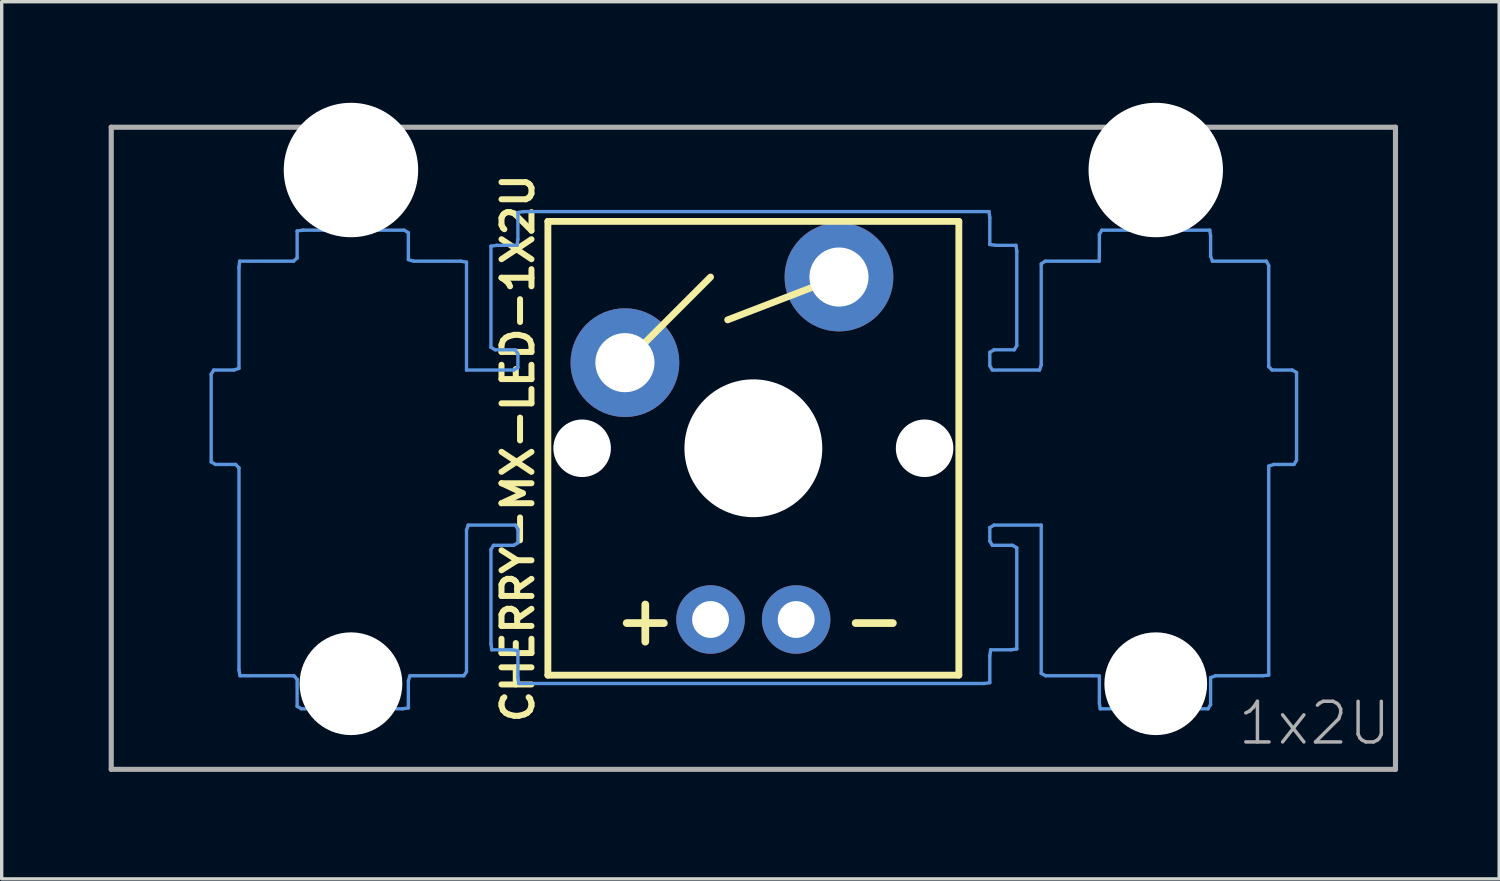
<source format=kicad_pcb>
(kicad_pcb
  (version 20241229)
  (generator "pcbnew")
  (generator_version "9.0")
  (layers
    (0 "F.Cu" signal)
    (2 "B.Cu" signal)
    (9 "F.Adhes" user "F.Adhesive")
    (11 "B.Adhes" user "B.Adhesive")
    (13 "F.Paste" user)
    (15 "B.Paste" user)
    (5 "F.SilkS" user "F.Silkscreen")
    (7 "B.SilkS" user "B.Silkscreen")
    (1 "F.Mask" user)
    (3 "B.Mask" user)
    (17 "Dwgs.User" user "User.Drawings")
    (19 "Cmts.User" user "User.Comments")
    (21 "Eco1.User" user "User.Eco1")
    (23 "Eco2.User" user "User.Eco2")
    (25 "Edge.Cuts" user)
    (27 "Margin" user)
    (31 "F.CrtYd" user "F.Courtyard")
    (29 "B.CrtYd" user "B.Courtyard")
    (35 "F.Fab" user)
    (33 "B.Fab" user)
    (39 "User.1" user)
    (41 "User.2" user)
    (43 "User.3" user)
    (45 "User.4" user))
  (footprint "CHERRY-MX-LED-1X2U"
    (layer "F.Cu")
    (at 0.25 19.774)
    (property "Reference" "CHERRY-MX-LED-1X2U" (at 12.065 -9.525 90) (layer "F.SilkS") (effects (font (size 0.889 0.889) (thickness 0.178))))
    (attr through_hole)
    (fp_line (start 12.954 -16.256) (end 25.146 -16.256) (stroke (width 0.203) (type solid)) (layer "F.SilkS"))
    (fp_line (start 12.954 -2.794) (end 12.954 -16.256) (stroke (width 0.203) (type solid)) (layer "F.SilkS"))
    (fp_line (start 15.24 -12.065) (end 17.78 -14.605) (stroke (width 0.203) (type solid)) (layer "F.SilkS"))
    (fp_line (start 21.59 -14.605) (end 18.288 -13.335) (stroke (width 0.203) (type solid)) (layer "F.SilkS"))
    (fp_line (start 25.146 -16.256) (end 25.146 -2.794) (stroke (width 0.203) (type solid)) (layer "F.SilkS"))
    (fp_line (start 25.146 -2.794) (end 12.954 -2.794) (stroke (width 0.203) (type solid)) (layer "F.SilkS"))
    (fp_line (start 2.965 -11.721) (end 2.965 -9.121) (stroke (width 0.1) (type solid)) (layer "Cmts.User"))
    (fp_line (start 2.965 -9.121) (end 3.09 -9.046) (stroke (width 0.1) (type solid)) (layer "Cmts.User"))
    (fp_line (start 3.04 -11.846) (end 2.965 -11.721) (stroke (width 0.1) (type solid)) (layer "Cmts.User"))
    (fp_line (start 3.09 -9.046) (end 3.69 -9.046) (stroke (width 0.1) (type solid)) (layer "Cmts.User"))
    (fp_line (start 3.64 -11.846) (end 3.04 -11.846) (stroke (width 0.1) (type solid)) (layer "Cmts.User"))
    (fp_line (start 3.69 -9.046) (end 3.79 -8.946) (stroke (width 0.1) (type solid)) (layer "Cmts.User"))
    (fp_line (start 3.79 -14.896) (end 3.79 -11.896) (stroke (width 0.1) (type solid)) (layer "Cmts.User"))
    (fp_line (start 3.79 -11.896) (end 3.64 -11.846) (stroke (width 0.1) (type solid)) (layer "Cmts.User"))
    (fp_line (start 3.79 -8.946) (end 3.79 -2.946) (stroke (width 0.1) (type solid)) (layer "Cmts.User"))
    (fp_line (start 3.79 -2.946) (end 3.82 -2.776) (stroke (width 0.1) (type solid)) (layer "Cmts.User"))
    (fp_line (start 3.81 -15.076) (end 3.79 -14.896) (stroke (width 0.1) (type solid)) (layer "Cmts.User"))
    (fp_line (start 3.82 -2.776) (end 5.42 -2.776) (stroke (width 0.1) (type solid)) (layer "Cmts.User"))
    (fp_line (start 5.41 -15.076) (end 3.81 -15.076) (stroke (width 0.1) (type solid)) (layer "Cmts.User"))
    (fp_line (start 5.42 -2.776) (end 5.515 -2.671) (stroke (width 0.1) (type solid)) (layer "Cmts.User"))
    (fp_line (start 5.515 -15.971) (end 5.515 -15.171) (stroke (width 0.1) (type solid)) (layer "Cmts.User"))
    (fp_line (start 5.515 -15.171) (end 5.41 -15.076) (stroke (width 0.1) (type solid)) (layer "Cmts.User"))
    (fp_line (start 5.515 -2.671) (end 5.515 -1.871) (stroke (width 0.1) (type solid)) (layer "Cmts.User"))
    (fp_line (start 5.515 -1.871) (end 5.64 -1.796) (stroke (width 0.1) (type solid)) (layer "Cmts.User"))
    (fp_line (start 5.64 -1.796) (end 8.64 -1.796) (stroke (width 0.1) (type solid)) (layer "Cmts.User"))
    (fp_line (start 5.69 -15.996) (end 5.515 -15.971) (stroke (width 0.1) (type solid)) (layer "Cmts.User"))
    (fp_line (start 8.64 -1.796) (end 8.815 -1.821) (stroke (width 0.1) (type solid)) (layer "Cmts.User"))
    (fp_line (start 8.69 -15.996) (end 5.69 -15.996) (stroke (width 0.1) (type solid)) (layer "Cmts.User"))
    (fp_line (start 8.815 -15.921) (end 8.69 -15.996) (stroke (width 0.1) (type solid)) (layer "Cmts.User"))
    (fp_line (start 8.815 -15.121) (end 8.815 -15.921) (stroke (width 0.1) (type solid)) (layer "Cmts.User"))
    (fp_line (start 8.815 -2.621) (end 8.86 -2.776) (stroke (width 0.1) (type solid)) (layer "Cmts.User"))
    (fp_line (start 8.815 -1.821) (end 8.815 -2.621) (stroke (width 0.1) (type solid)) (layer "Cmts.User"))
    (fp_line (start 8.86 -2.776) (end 10.46 -2.776) (stroke (width 0.1) (type solid)) (layer "Cmts.User"))
    (fp_line (start 8.97 -15.076) (end 8.815 -15.121) (stroke (width 0.1) (type solid)) (layer "Cmts.User"))
    (fp_line (start 10.37 -15.076) (end 8.97 -15.076) (stroke (width 0.1) (type solid)) (layer "Cmts.User"))
    (fp_line (start 10.46 -2.776) (end 10.54 -2.896) (stroke (width 0.1) (type solid)) (layer "Cmts.User"))
    (fp_line (start 10.54 -15.046) (end 10.37 -15.076) (stroke (width 0.1) (type solid)) (layer "Cmts.User"))
    (fp_line (start 10.54 -11.846) (end 10.54 -15.046) (stroke (width 0.1) (type solid)) (layer "Cmts.User"))
    (fp_line (start 10.54 -7.096) (end 10.59 -7.246) (stroke (width 0.1) (type solid)) (layer "Cmts.User"))
    (fp_line (start 10.54 -2.896) (end 10.54 -7.096) (stroke (width 0.1) (type solid)) (layer "Cmts.User"))
    (fp_line (start 10.59 -7.246) (end 11.99 -7.246) (stroke (width 0.1) (type solid)) (layer "Cmts.User"))
    (fp_line (start 11.265 -15.521) (end 11.265 -12.521) (stroke (width 0.1) (type solid)) (layer "Cmts.User"))
    (fp_line (start 11.265 -12.521) (end 11.39 -12.446) (stroke (width 0.1) (type solid)) (layer "Cmts.User"))
    (fp_line (start 11.265 -6.521) (end 11.265 -3.721) (stroke (width 0.1) (type solid)) (layer "Cmts.User"))
    (fp_line (start 11.265 -3.721) (end 11.29 -3.546) (stroke (width 0.1) (type solid)) (layer "Cmts.User"))
    (fp_line (start 11.29 -3.546) (end 11.89 -3.546) (stroke (width 0.1) (type solid)) (layer "Cmts.User"))
    (fp_line (start 11.34 -6.646) (end 11.265 -6.521) (stroke (width 0.1) (type solid)) (layer "Cmts.User"))
    (fp_line (start 11.39 -12.446) (end 11.99 -12.446) (stroke (width 0.1) (type solid)) (layer "Cmts.User"))
    (fp_line (start 11.44 -15.546) (end 11.265 -15.521) (stroke (width 0.1) (type solid)) (layer "Cmts.User"))
    (fp_line (start 11.89 -3.546) (end 12.065 -3.521) (stroke (width 0.1) (type solid)) (layer "Cmts.User"))
    (fp_line (start 11.94 -11.846) (end 10.54 -11.846) (stroke (width 0.1) (type solid)) (layer "Cmts.User"))
    (fp_line (start 11.94 -6.646) (end 11.34 -6.646) (stroke (width 0.1) (type solid)) (layer "Cmts.User"))
    (fp_line (start 11.99 -7.246) (end 12.065 -7.121) (stroke (width 0.1) (type solid)) (layer "Cmts.User"))
    (fp_line (start 11.99 -12.446) (end 12.065 -12.321) (stroke (width 0.1) (type solid)) (layer "Cmts.User"))
    (fp_line (start 12.04 -15.546) (end 11.44 -15.546) (stroke (width 0.1) (type solid)) (layer "Cmts.User"))
    (fp_line (start 12.065 -16.521) (end 12.065 -15.721) (stroke (width 0.1) (type solid)) (layer "Cmts.User"))
    (fp_line (start 12.065 -15.721) (end 12.04 -15.546) (stroke (width 0.1) (type solid)) (layer "Cmts.User"))
    (fp_line (start 12.065 -12.321) (end 12.065 -11.921) (stroke (width 0.1) (type solid)) (layer "Cmts.User"))
    (fp_line (start 12.065 -11.921) (end 11.94 -11.846) (stroke (width 0.1) (type solid)) (layer "Cmts.User"))
    (fp_line (start 12.065 -7.121) (end 12.065 -6.721) (stroke (width 0.1) (type solid)) (layer "Cmts.User"))
    (fp_line (start 12.065 -6.721) (end 11.94 -6.646) (stroke (width 0.1) (type solid)) (layer "Cmts.User"))
    (fp_line (start 12.065 -3.521) (end 12.065 -2.721) (stroke (width 0.1) (type solid)) (layer "Cmts.User"))
    (fp_line (start 12.065 -2.721) (end 12.09 -2.546) (stroke (width 0.1) (type solid)) (layer "Cmts.User"))
    (fp_line (start 12.09 -2.546) (end 25.89 -2.546) (stroke (width 0.1) (type solid)) (layer "Cmts.User"))
    (fp_line (start 12.24 -16.546) (end 12.065 -16.521) (stroke (width 0.1) (type solid)) (layer "Cmts.User"))
    (fp_line (start 25.89 -2.546) (end 26.065 -2.571) (stroke (width 0.1) (type solid)) (layer "Cmts.User"))
    (fp_line (start 26.04 -16.546) (end 12.24 -16.546) (stroke (width 0.1) (type solid)) (layer "Cmts.User"))
    (fp_line (start 26.065 -16.371) (end 26.04 -16.546) (stroke (width 0.1) (type solid)) (layer "Cmts.User"))
    (fp_line (start 26.065 -15.571) (end 26.065 -16.371) (stroke (width 0.1) (type solid)) (layer "Cmts.User"))
    (fp_line (start 26.065 -12.371) (end 26.19 -12.446) (stroke (width 0.1) (type solid)) (layer "Cmts.User"))
    (fp_line (start 26.065 -11.971) (end 26.065 -12.371) (stroke (width 0.1) (type solid)) (layer "Cmts.User"))
    (fp_line (start 26.065 -7.171) (end 26.19 -7.246) (stroke (width 0.1) (type solid)) (layer "Cmts.User"))
    (fp_line (start 26.065 -6.771) (end 26.065 -7.171) (stroke (width 0.1) (type solid)) (layer "Cmts.User"))
    (fp_line (start 26.065 -3.371) (end 26.09 -3.546) (stroke (width 0.1) (type solid)) (layer "Cmts.User"))
    (fp_line (start 26.065 -2.571) (end 26.065 -3.371) (stroke (width 0.1) (type solid)) (layer "Cmts.User"))
    (fp_line (start 26.09 -3.546) (end 26.69 -3.546) (stroke (width 0.1) (type solid)) (layer "Cmts.User"))
    (fp_line (start 26.14 -6.646) (end 26.065 -6.771) (stroke (width 0.1) (type solid)) (layer "Cmts.User"))
    (fp_line (start 26.14 -11.846) (end 26.065 -11.971) (stroke (width 0.1) (type solid)) (layer "Cmts.User"))
    (fp_line (start 26.19 -12.446) (end 26.79 -12.446) (stroke (width 0.1) (type solid)) (layer "Cmts.User"))
    (fp_line (start 26.19 -7.246) (end 27.59 -7.246) (stroke (width 0.1) (type solid)) (layer "Cmts.User"))
    (fp_line (start 26.24 -15.546) (end 26.065 -15.571) (stroke (width 0.1) (type solid)) (layer "Cmts.User"))
    (fp_line (start 26.69 -3.546) (end 26.865 -3.571) (stroke (width 0.1) (type solid)) (layer "Cmts.User"))
    (fp_line (start 26.74 -6.646) (end 26.14 -6.646) (stroke (width 0.1) (type solid)) (layer "Cmts.User"))
    (fp_line (start 26.79 -12.446) (end 26.865 -12.571) (stroke (width 0.1) (type solid)) (layer "Cmts.User"))
    (fp_line (start 26.84 -15.546) (end 26.24 -15.546) (stroke (width 0.1) (type solid)) (layer "Cmts.User"))
    (fp_line (start 26.865 -15.371) (end 26.84 -15.546) (stroke (width 0.1) (type solid)) (layer "Cmts.User"))
    (fp_line (start 26.865 -12.571) (end 26.865 -15.371) (stroke (width 0.1) (type solid)) (layer "Cmts.User"))
    (fp_line (start 26.865 -6.571) (end 26.74 -6.646) (stroke (width 0.1) (type solid)) (layer "Cmts.User"))
    (fp_line (start 26.865 -3.571) (end 26.865 -6.571) (stroke (width 0.1) (type solid)) (layer "Cmts.User"))
    (fp_line (start 27.54 -11.846) (end 26.14 -11.846) (stroke (width 0.1) (type solid)) (layer "Cmts.User"))
    (fp_line (start 27.59 -14.996) (end 27.59 -11.996) (stroke (width 0.1) (type solid)) (layer "Cmts.User"))
    (fp_line (start 27.59 -11.996) (end 27.54 -11.846) (stroke (width 0.1) (type solid)) (layer "Cmts.User"))
    (fp_line (start 27.59 -7.246) (end 27.59 -2.846) (stroke (width 0.1) (type solid)) (layer "Cmts.User"))
    (fp_line (start 27.59 -2.846) (end 27.72 -2.776) (stroke (width 0.1) (type solid)) (layer "Cmts.User"))
    (fp_line (start 27.71 -15.076) (end 27.59 -14.996) (stroke (width 0.1) (type solid)) (layer "Cmts.User"))
    (fp_line (start 27.72 -2.776) (end 29.12 -2.776) (stroke (width 0.1) (type solid)) (layer "Cmts.User"))
    (fp_line (start 29.12 -2.776) (end 29.315 -2.771) (stroke (width 0.1) (type solid)) (layer "Cmts.User"))
    (fp_line (start 29.31 -15.076) (end 27.71 -15.076) (stroke (width 0.1) (type solid)) (layer "Cmts.User"))
    (fp_line (start 29.315 -15.871) (end 29.315 -15.271) (stroke (width 0.1) (type solid)) (layer "Cmts.User"))
    (fp_line (start 29.315 -15.271) (end 29.31 -15.076) (stroke (width 0.1) (type solid)) (layer "Cmts.User"))
    (fp_line (start 29.315 -2.771) (end 29.315 -1.971) (stroke (width 0.1) (type solid)) (layer "Cmts.User"))
    (fp_line (start 29.315 -1.971) (end 29.34 -1.796) (stroke (width 0.1) (type solid)) (layer "Cmts.User"))
    (fp_line (start 29.34 -1.796) (end 32.54 -1.796) (stroke (width 0.1) (type solid)) (layer "Cmts.User"))
    (fp_line (start 29.39 -15.996) (end 29.315 -15.871) (stroke (width 0.1) (type solid)) (layer "Cmts.User"))
    (fp_line (start 32.54 -1.796) (end 32.615 -1.921) (stroke (width 0.1) (type solid)) (layer "Cmts.User"))
    (fp_line (start 32.59 -15.996) (end 29.39 -15.996) (stroke (width 0.1) (type solid)) (layer "Cmts.User"))
    (fp_line (start 32.615 -15.821) (end 32.59 -15.996) (stroke (width 0.1) (type solid)) (layer "Cmts.User"))
    (fp_line (start 32.615 -15.221) (end 32.615 -15.821) (stroke (width 0.1) (type solid)) (layer "Cmts.User"))
    (fp_line (start 32.615 -2.721) (end 32.76 -2.776) (stroke (width 0.1) (type solid)) (layer "Cmts.User"))
    (fp_line (start 32.615 -1.921) (end 32.615 -2.721) (stroke (width 0.1) (type solid)) (layer "Cmts.User"))
    (fp_line (start 32.67 -15.076) (end 32.615 -15.221) (stroke (width 0.1) (type solid)) (layer "Cmts.User"))
    (fp_line (start 32.76 -2.776) (end 34.16 -2.776) (stroke (width 0.1) (type solid)) (layer "Cmts.User"))
    (fp_line (start 34.16 -2.776) (end 34.34 -2.796) (stroke (width 0.1) (type solid)) (layer "Cmts.User"))
    (fp_line (start 34.27 -15.076) (end 32.67 -15.076) (stroke (width 0.1) (type solid)) (layer "Cmts.User"))
    (fp_line (start 34.34 -14.946) (end 34.27 -15.076) (stroke (width 0.1) (type solid)) (layer "Cmts.User"))
    (fp_line (start 34.34 -11.946) (end 34.34 -14.946) (stroke (width 0.1) (type solid)) (layer "Cmts.User"))
    (fp_line (start 34.34 -8.996) (end 34.49 -9.046) (stroke (width 0.1) (type solid)) (layer "Cmts.User"))
    (fp_line (start 34.34 -2.796) (end 34.34 -8.996) (stroke (width 0.1) (type solid)) (layer "Cmts.User"))
    (fp_line (start 34.44 -11.846) (end 34.34 -11.946) (stroke (width 0.1) (type solid)) (layer "Cmts.User"))
    (fp_line (start 34.49 -9.046) (end 35.09 -9.046) (stroke (width 0.1) (type solid)) (layer "Cmts.User"))
    (fp_line (start 35.04 -11.846) (end 34.44 -11.846) (stroke (width 0.1) (type solid)) (layer "Cmts.User"))
    (fp_line (start 35.09 -9.046) (end 35.165 -9.171) (stroke (width 0.1) (type solid)) (layer "Cmts.User"))
    (fp_line (start 35.165 -11.771) (end 35.04 -11.846) (stroke (width 0.1) (type solid)) (layer "Cmts.User"))
    (fp_line (start 35.165 -9.171) (end 35.165 -11.771) (stroke (width 0.1) (type solid)) (layer "Cmts.User"))
    (fp_line (start 0 -19.05) (end 38.1 -19.05) (stroke (width 0.152) (type solid)) (layer "F.Fab"))
    (fp_line (start 0 0) (end 0 -19.05) (stroke (width 0.152) (type solid)) (layer "F.Fab"))
    (fp_line (start 38.1 -19.05) (end 38.1 0) (stroke (width 0.152) (type solid)) (layer "F.Fab"))
    (fp_line (start 38.1 0) (end 0 0) (stroke (width 0.152) (type solid)) (layer "F.Fab"))
    (fp_text user "-" (at 21.59 -4.445 0) (layer "F.SilkS") (effects (font (size 1.448 1.448) (thickness 0.229)) (justify left)))
    (fp_text user "+" (at 16.891 -4.445 0) (layer "F.SilkS") (effects (font (size 1.448 1.448) (thickness 0.229)) (justify right)))
    (fp_text user "1x2U" (at 33.363 -0.66 0) (layer "F.Fab") (effects (font (size 1.206 1.206) (thickness 0.102)) (justify left bottom)))
    (pad "" np_thru_hole circle (at 7.112 -17.78) (size 3.988 3.988) (drill 3.988) (layers "*.Cu" "*.Mask"))
    (pad "" np_thru_hole circle (at 7.112 -2.54) (size 3.048 3.048) (drill 3.048) (layers "*.Cu" "*.Mask"))
    (pad "" np_thru_hole circle (at 13.97 -9.525) (size 1.707 1.707) (drill 1.707) (layers "*.Cu" "*.Mask"))
    (pad "" np_thru_hole circle (at 19.05 -9.525) (size 4.089 4.089) (drill 4.089) (layers "*.Cu" "*.Mask"))
    (pad "" np_thru_hole circle (at 24.13 -9.525) (size 1.707 1.707) (drill 1.707) (layers "*.Cu" "*.Mask"))
    (pad "" np_thru_hole circle (at 30.988 -17.78) (size 3.988 3.988) (drill 3.988) (layers "*.Cu" "*.Mask"))
    (pad "" np_thru_hole circle (at 30.988 -2.54) (size 3.048 3.048) (drill 3.048) (layers "*.Cu" "*.Mask"))
    (pad "A" thru_hole circle (at 17.78 -4.445) (size 2.032 2.032) (drill 1.092) (layers "*.Cu" "*.Mask"))
    (pad "K" thru_hole circle (at 20.32 -4.445) (size 2.032 2.032) (drill 1.092) (layers "*.Cu" "*.Mask"))
    (pad "S1" thru_hole circle (at 15.24 -12.065) (size 3.226 3.226) (drill 1.753) (layers "*.Cu" "*.Mask"))
    (pad "S2" thru_hole circle (at 21.59 -14.605) (size 3.226 3.226) (drill 1.753) (layers "*.Cu" "*.Mask")))
  (gr_rect
    (start -3 -3)
    (end 41.426 23.024)
    (stroke (width 0.1) (type default))
    (fill no)
    (layer "Edge.Cuts")))
</source>
